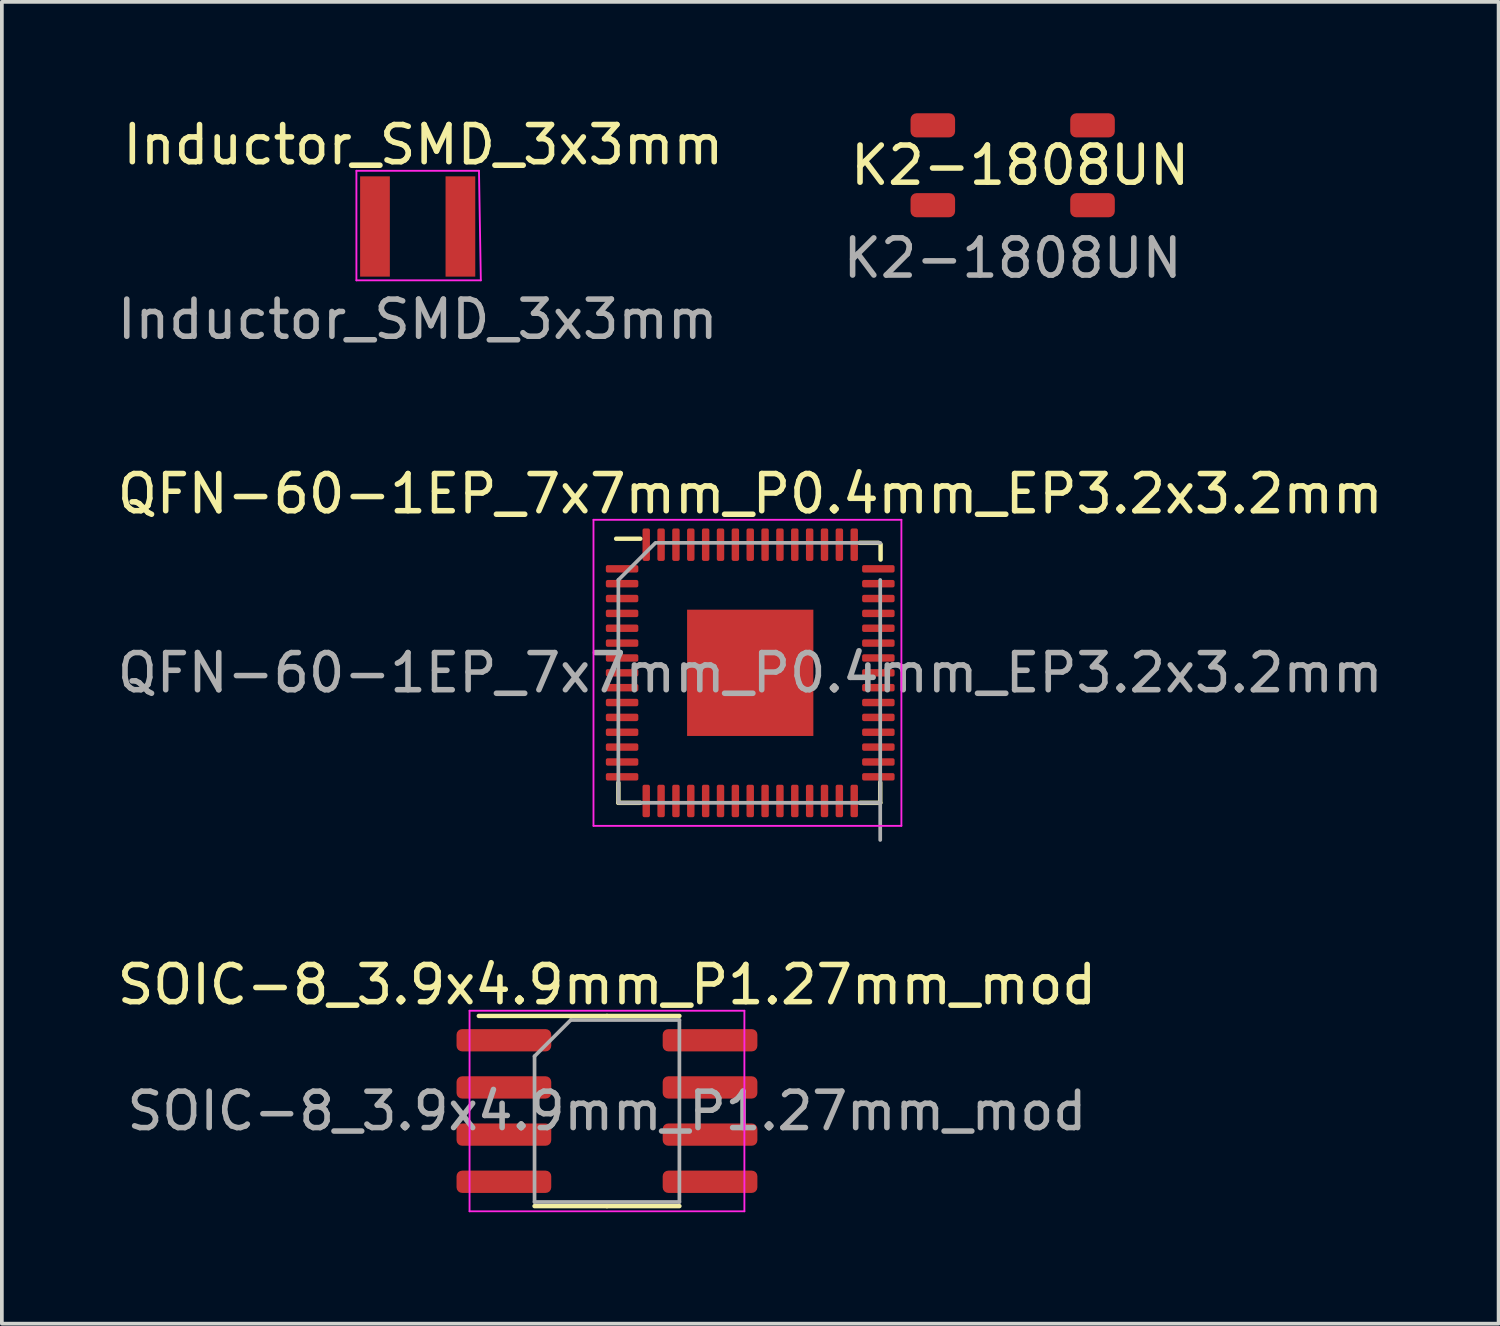
<source format=kicad_pcb>
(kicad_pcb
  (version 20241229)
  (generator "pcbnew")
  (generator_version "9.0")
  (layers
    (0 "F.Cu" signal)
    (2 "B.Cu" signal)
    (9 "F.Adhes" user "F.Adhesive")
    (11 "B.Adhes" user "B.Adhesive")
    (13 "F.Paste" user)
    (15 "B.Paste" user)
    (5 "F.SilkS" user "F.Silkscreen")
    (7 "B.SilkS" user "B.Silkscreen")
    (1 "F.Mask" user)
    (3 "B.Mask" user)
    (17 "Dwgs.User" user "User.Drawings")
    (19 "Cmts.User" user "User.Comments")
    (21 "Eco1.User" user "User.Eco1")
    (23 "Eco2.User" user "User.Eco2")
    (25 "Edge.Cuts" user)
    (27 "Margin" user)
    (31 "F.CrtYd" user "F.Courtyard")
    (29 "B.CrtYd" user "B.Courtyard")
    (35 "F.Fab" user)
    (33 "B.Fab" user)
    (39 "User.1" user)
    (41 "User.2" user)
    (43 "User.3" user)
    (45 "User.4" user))
  (footprint "K2-1808UN"
    (layer "F.Cu")
    (at 24.215 1.4)
    (property "Reference" "K2-1808UN" (at 0.2 0 0) (unlocked yes) (layer "F.SilkS") (effects (font (size 1 1) (thickness 0.15))))
    (attr smd)
    (fp_text user "${REFERENCE}" (at 0 2.5 0) (unlocked yes) (layer "F.Fab") (effects (font (size 1 1) (thickness 0.15))))
    (pad "1" smd roundrect (at -2.15 -1.075) (size 1.2 0.65) (layers "F.Cu" "F.Mask" "F.Paste") (roundrect_rratio 0.25))
    (pad "1" smd roundrect (at 2.15 -1.075) (size 1.2 0.65) (layers "F.Cu" "F.Mask" "F.Paste") (roundrect_rratio 0.25))
    (pad "2" smd roundrect (at -2.15 1.075) (size 1.2 0.65) (layers "F.Cu" "F.Mask" "F.Paste") (roundrect_rratio 0.25))
    (pad "2" smd roundrect (at 2.15 1.075) (size 1.2 0.65) (layers "F.Cu" "F.Mask" "F.Paste") (roundrect_rratio 0.25)))
  (footprint "SOIC-8_3.9x4.9mm_P1.27mm_mod"
    (layer "F.Cu")
    (at 13.292 26.863)
    (property "Reference" "SOIC-8_3.9x4.9mm_P1.27mm_mod" (at 0 -3.4 0) (layer "F.SilkS") (effects (font (size 1 1) (thickness 0.15))))
    (attr smd)
    (fp_line (start 0 -2.56) (end -3.45 -2.56) (stroke (width 0.12) (type solid)) (layer "F.SilkS"))
    (fp_line (start 0 -2.56) (end 1.95 -2.56) (stroke (width 0.12) (type solid)) (layer "F.SilkS"))
    (fp_line (start 0 2.56) (end -1.95 2.56) (stroke (width 0.12) (type solid)) (layer "F.SilkS"))
    (fp_line (start 0 2.56) (end 1.95 2.56) (stroke (width 0.12) (type solid)) (layer "F.SilkS"))
    (fp_line (start -3.7 -2.7) (end -3.7 2.7) (stroke (width 0.05) (type solid)) (layer "F.CrtYd"))
    (fp_line (start -3.7 2.7) (end 3.7 2.7) (stroke (width 0.05) (type solid)) (layer "F.CrtYd"))
    (fp_line (start 3.7 -2.7) (end -3.7 -2.7) (stroke (width 0.05) (type solid)) (layer "F.CrtYd"))
    (fp_line (start 3.7 2.7) (end 3.7 -2.7) (stroke (width 0.05) (type solid)) (layer "F.CrtYd"))
    (fp_line (start -1.95 -1.475) (end -0.975 -2.45) (stroke (width 0.1) (type solid)) (layer "F.Fab"))
    (fp_line (start -1.95 2.45) (end -1.95 -1.475) (stroke (width 0.1) (type solid)) (layer "F.Fab"))
    (fp_line (start -0.975 -2.45) (end 1.95 -2.45) (stroke (width 0.1) (type solid)) (layer "F.Fab"))
    (fp_line (start 1.95 -2.45) (end 1.95 2.45) (stroke (width 0.1) (type solid)) (layer "F.Fab"))
    (fp_line (start 1.95 2.45) (end -1.95 2.45) (stroke (width 0.1) (type solid)) (layer "F.Fab"))
    (fp_text user "${REFERENCE}" (at 0 0 0) (layer "F.Fab") (effects (font (size 0.98 0.98) (thickness 0.15))))
    (pad "1" smd roundrect (at -2.775 -1.905) (size 2.55 0.6) (layers "F.Cu" "F.Mask" "F.Paste") (roundrect_rratio 0.25))
    (pad "2" smd roundrect (at -2.775 -0.635) (size 2.55 0.6) (layers "F.Cu" "F.Mask" "F.Paste") (roundrect_rratio 0.25))
    (pad "3" smd roundrect (at -2.775 0.635) (size 2.55 0.6) (layers "F.Cu" "F.Mask" "F.Paste") (roundrect_rratio 0.25))
    (pad "4" smd roundrect (at -2.775 1.905) (size 2.55 0.6) (layers "F.Cu" "F.Mask" "F.Paste") (roundrect_rratio 0.25))
    (pad "5" smd roundrect (at 2.775 1.905) (size 2.55 0.6) (layers "F.Cu" "F.Mask" "F.Paste") (roundrect_rratio 0.25))
    (pad "6" smd roundrect (at 2.775 0.635) (size 2.55 0.6) (layers "F.Cu" "F.Mask" "F.Paste") (roundrect_rratio 0.25))
    (pad "7" smd roundrect (at 2.775 -0.635) (size 2.55 0.6) (layers "F.Cu" "F.Mask" "F.Paste") (roundrect_rratio 0.25))
    (pad "8" smd roundrect (at 2.775 -1.905) (size 2.55 0.6) (layers "F.Cu" "F.Mask" "F.Paste") (roundrect_rratio 0.25)))
  (footprint "QFN-60-1EP_7x7mm_P0.4mm_EP3.2x3.2mm"
    (layer "F.Cu")
    (at 17.149 15.065)
    (property "Reference" "QFN-60-1EP_7x7mm_P0.4mm_EP3.2x3.2mm" (at 0 -4.82 0) (layer "F.SilkS") (effects (font (size 1 1) (thickness 0.15))))
    (attr smd)
    (fp_line (start -3.55 3.5) (end -3.55 2.96) (stroke (width 0.12) (type solid)) (layer "F.SilkS"))
    (fp_line (start -2.96 -3.61) (end -3.61 -3.61) (stroke (width 0.12) (type solid)) (layer "F.SilkS"))
    (fp_line (start -2.96 3.5) (end -3.55 3.5) (stroke (width 0.12) (type solid)) (layer "F.SilkS"))
    (fp_line (start 2.945 -3.5) (end 3.455 -3.5) (stroke (width 0.12) (type solid)) (layer "F.SilkS"))
    (fp_line (start 2.96 3.5) (end 3.5 3.5) (stroke (width 0.12) (type solid)) (layer "F.SilkS"))
    (fp_line (start 3.5 3.5) (end 3.5 2.95) (stroke (width 0.12) (type solid)) (layer "F.SilkS"))
    (fp_line (start 3.51 -3.46) (end 3.51 -3.05) (stroke (width 0.12) (type solid)) (layer "F.SilkS"))
    (fp_line (start -4.22 -4.12) (end -4.22 4.12) (stroke (width 0.05) (type solid)) (layer "F.CrtYd"))
    (fp_line (start -4.22 4.12) (end 4.07 4.12) (stroke (width 0.05) (type solid)) (layer "F.CrtYd"))
    (fp_line (start 4.07 -4.12) (end -4.22 -4.12) (stroke (width 0.05) (type solid)) (layer "F.CrtYd"))
    (fp_line (start 4.07 4.12) (end 4.07 -4.12) (stroke (width 0.05) (type solid)) (layer "F.CrtYd"))
    (fp_line (start -3.55 -2.5) (end -2.55 -3.5) (stroke (width 0.1) (type solid)) (layer "F.Fab"))
    (fp_line (start -3.55 3.5) (end -3.55 -2.5) (stroke (width 0.1) (type solid)) (layer "F.Fab"))
    (fp_line (start -2.5 -3.5) (end 3.5 -3.5) (stroke (width 0.1) (type solid)) (layer "F.Fab"))
    (fp_line (start 3.5 -2.5) (end 3.5 4.5) (stroke (width 0.1) (type solid)) (layer "F.Fab"))
    (fp_line (start 3.5 3.5) (end -3.5 3.5) (stroke (width 0.1) (type solid)) (layer "F.Fab"))
    (fp_text user "${REFERENCE}" (at 0 0 0) (layer "F.Fab") (effects (font (size 1 1) (thickness 0.15))))
    (pad "" smd roundrect (at -0.8 -0.8) (size 1.29 1.29) (layers "F.Paste") (roundrect_rratio 0.194))
    (pad "" smd roundrect (at -0.8 0.8) (size 1.29 1.29) (layers "F.Paste") (roundrect_rratio 0.194))
    (pad "" smd roundrect (at 0.8 -0.8) (size 1.29 1.29) (layers "F.Paste") (roundrect_rratio 0.194))
    (pad "" smd roundrect (at 0.8 0.8) (size 1.29 1.29) (layers "F.Paste") (roundrect_rratio 0.194))
    (pad "1" smd roundrect (at -3.45 -2.8) (size 0.875 0.2) (layers "F.Cu" "F.Mask" "F.Paste") (roundrect_rratio 0.25))
    (pad "2" smd roundrect (at -3.45 -2.4) (size 0.875 0.2) (layers "F.Cu" "F.Mask" "F.Paste") (roundrect_rratio 0.25))
    (pad "3" smd roundrect (at -3.45 -2) (size 0.875 0.2) (layers "F.Cu" "F.Mask" "F.Paste") (roundrect_rratio 0.25))
    (pad "4" smd roundrect (at -3.45 -1.6) (size 0.875 0.2) (layers "F.Cu" "F.Mask" "F.Paste") (roundrect_rratio 0.25))
    (pad "5" smd roundrect (at -3.45 -1.2) (size 0.875 0.2) (layers "F.Cu" "F.Mask" "F.Paste") (roundrect_rratio 0.25))
    (pad "6" smd roundrect (at -3.45 -0.8) (size 0.875 0.2) (layers "F.Cu" "F.Mask" "F.Paste") (roundrect_rratio 0.25))
    (pad "7" smd roundrect (at -3.45 -0.4) (size 0.875 0.2) (layers "F.Cu" "F.Mask" "F.Paste") (roundrect_rratio 0.25))
    (pad "8" smd roundrect (at -3.45 0) (size 0.875 0.2) (layers "F.Cu" "F.Mask" "F.Paste") (roundrect_rratio 0.25))
    (pad "9" smd roundrect (at -3.45 0.4) (size 0.875 0.2) (layers "F.Cu" "F.Mask" "F.Paste") (roundrect_rratio 0.25))
    (pad "10" smd roundrect (at -3.45 0.8) (size 0.875 0.2) (layers "F.Cu" "F.Mask" "F.Paste") (roundrect_rratio 0.25))
    (pad "11" smd roundrect (at -3.45 1.2) (size 0.875 0.2) (layers "F.Cu" "F.Mask" "F.Paste") (roundrect_rratio 0.25))
    (pad "12" smd roundrect (at -3.45 1.6) (size 0.875 0.2) (layers "F.Cu" "F.Mask" "F.Paste") (roundrect_rratio 0.25))
    (pad "13" smd roundrect (at -3.45 2) (size 0.875 0.2) (layers "F.Cu" "F.Mask" "F.Paste") (roundrect_rratio 0.25))
    (pad "14" smd roundrect (at -3.45 2.4) (size 0.875 0.2) (layers "F.Cu" "F.Mask" "F.Paste") (roundrect_rratio 0.25))
    (pad "15" smd roundrect (at -3.45 2.8) (size 0.875 0.2) (layers "F.Cu" "F.Mask" "F.Paste") (roundrect_rratio 0.25))
    (pad "16" smd roundrect (at -2.8 3.45) (size 0.2 0.875) (layers "F.Cu" "F.Mask" "F.Paste") (roundrect_rratio 0.25))
    (pad "17" smd roundrect (at -2.4 3.45) (size 0.2 0.875) (layers "F.Cu" "F.Mask" "F.Paste") (roundrect_rratio 0.25))
    (pad "18" smd roundrect (at -2 3.45) (size 0.2 0.875) (layers "F.Cu" "F.Mask" "F.Paste") (roundrect_rratio 0.25))
    (pad "19" smd roundrect (at -1.6 3.45) (size 0.2 0.875) (layers "F.Cu" "F.Mask" "F.Paste") (roundrect_rratio 0.25))
    (pad "20" smd roundrect (at -1.2 3.45) (size 0.2 0.875) (layers "F.Cu" "F.Mask" "F.Paste") (roundrect_rratio 0.25))
    (pad "21" smd roundrect (at -0.8 3.45) (size 0.2 0.875) (layers "F.Cu" "F.Mask" "F.Paste") (roundrect_rratio 0.25))
    (pad "22" smd roundrect (at -0.4 3.45) (size 0.2 0.875) (layers "F.Cu" "F.Mask" "F.Paste") (roundrect_rratio 0.25))
    (pad "23" smd roundrect (at 0 3.45) (size 0.2 0.875) (layers "F.Cu" "F.Mask" "F.Paste") (roundrect_rratio 0.25))
    (pad "24" smd roundrect (at 0.4 3.45) (size 0.2 0.875) (layers "F.Cu" "F.Mask" "F.Paste") (roundrect_rratio 0.25))
    (pad "25" smd roundrect (at 0.8 3.45) (size 0.2 0.875) (layers "F.Cu" "F.Mask" "F.Paste") (roundrect_rratio 0.25))
    (pad "26" smd roundrect (at 1.2 3.45) (size 0.2 0.875) (layers "F.Cu" "F.Mask" "F.Paste") (roundrect_rratio 0.25))
    (pad "27" smd roundrect (at 1.6 3.45) (size 0.2 0.875) (layers "F.Cu" "F.Mask" "F.Paste") (roundrect_rratio 0.25))
    (pad "28" smd roundrect (at 2 3.45) (size 0.2 0.875) (layers "F.Cu" "F.Mask" "F.Paste") (roundrect_rratio 0.25))
    (pad "29" smd roundrect (at 2.4 3.45) (size 0.2 0.875) (layers "F.Cu" "F.Mask" "F.Paste") (roundrect_rratio 0.25))
    (pad "30" smd roundrect (at 2.8 3.45) (size 0.2 0.875) (layers "F.Cu" "F.Mask" "F.Paste") (roundrect_rratio 0.25))
    (pad "31" smd roundrect (at 3.45 2.8) (size 0.875 0.2) (layers "F.Cu" "F.Mask" "F.Paste") (roundrect_rratio 0.25))
    (pad "32" smd roundrect (at 3.45 2.4) (size 0.875 0.2) (layers "F.Cu" "F.Mask" "F.Paste") (roundrect_rratio 0.25))
    (pad "33" smd roundrect (at 3.45 2) (size 0.875 0.2) (layers "F.Cu" "F.Mask" "F.Paste") (roundrect_rratio 0.25))
    (pad "34" smd roundrect (at 3.45 1.6) (size 0.875 0.2) (layers "F.Cu" "F.Mask" "F.Paste") (roundrect_rratio 0.25))
    (pad "35" smd roundrect (at 3.45 1.2) (size 0.875 0.2) (layers "F.Cu" "F.Mask" "F.Paste") (roundrect_rratio 0.25))
    (pad "36" smd roundrect (at 3.45 0.8) (size 0.875 0.2) (layers "F.Cu" "F.Mask" "F.Paste") (roundrect_rratio 0.25))
    (pad "37" smd roundrect (at 3.45 0.4) (size 0.875 0.2) (layers "F.Cu" "F.Mask" "F.Paste") (roundrect_rratio 0.25))
    (pad "38" smd roundrect (at 3.45 0) (size 0.875 0.2) (layers "F.Cu" "F.Mask" "F.Paste") (roundrect_rratio 0.25))
    (pad "39" smd roundrect (at 3.45 -0.4) (size 0.875 0.2) (layers "F.Cu" "F.Mask" "F.Paste") (roundrect_rratio 0.25))
    (pad "40" smd roundrect (at 3.45 -0.8) (size 0.875 0.2) (layers "F.Cu" "F.Mask" "F.Paste") (roundrect_rratio 0.25))
    (pad "41" smd roundrect (at 3.45 -1.2) (size 0.875 0.2) (layers "F.Cu" "F.Mask" "F.Paste") (roundrect_rratio 0.25))
    (pad "42" smd roundrect (at 3.45 -1.6) (size 0.875 0.2) (layers "F.Cu" "F.Mask" "F.Paste") (roundrect_rratio 0.25))
    (pad "43" smd roundrect (at 3.45 -2) (size 0.875 0.2) (layers "F.Cu" "F.Mask" "F.Paste") (roundrect_rratio 0.25))
    (pad "44" smd roundrect (at 3.45 -2.4) (size 0.875 0.2) (layers "F.Cu" "F.Mask" "F.Paste") (roundrect_rratio 0.25))
    (pad "45" smd roundrect (at 3.45 -2.8) (size 0.875 0.2) (layers "F.Cu" "F.Mask" "F.Paste") (roundrect_rratio 0.25))
    (pad "46" smd roundrect (at 2.8 -3.45) (size 0.2 0.875) (layers "F.Cu" "F.Mask" "F.Paste") (roundrect_rratio 0.25))
    (pad "47" smd roundrect (at 2.4 -3.45) (size 0.2 0.875) (layers "F.Cu" "F.Mask" "F.Paste") (roundrect_rratio 0.25))
    (pad "48" smd roundrect (at 2 -3.45) (size 0.2 0.875) (layers "F.Cu" "F.Mask" "F.Paste") (roundrect_rratio 0.25))
    (pad "49" smd roundrect (at 1.6 -3.45) (size 0.2 0.875) (layers "F.Cu" "F.Mask" "F.Paste") (roundrect_rratio 0.25))
    (pad "50" smd roundrect (at 1.2 -3.45) (size 0.2 0.875) (layers "F.Cu" "F.Mask" "F.Paste") (roundrect_rratio 0.25))
    (pad "51" smd roundrect (at 0.8 -3.45) (size 0.2 0.875) (layers "F.Cu" "F.Mask" "F.Paste") (roundrect_rratio 0.25))
    (pad "52" smd roundrect (at 0.4 -3.45) (size 0.2 0.875) (layers "F.Cu" "F.Mask" "F.Paste") (roundrect_rratio 0.25))
    (pad "53" smd roundrect (at 0 -3.45) (size 0.2 0.875) (layers "F.Cu" "F.Mask" "F.Paste") (roundrect_rratio 0.25))
    (pad "54" smd roundrect (at -0.4 -3.45) (size 0.2 0.875) (layers "F.Cu" "F.Mask" "F.Paste") (roundrect_rratio 0.25))
    (pad "55" smd roundrect (at -0.8 -3.45) (size 0.2 0.875) (layers "F.Cu" "F.Mask" "F.Paste") (roundrect_rratio 0.25))
    (pad "56" smd roundrect (at -1.2 -3.45) (size 0.2 0.875) (layers "F.Cu" "F.Mask" "F.Paste") (roundrect_rratio 0.25))
    (pad "57" smd roundrect (at -1.6 -3.45) (size 0.2 0.875) (layers "F.Cu" "F.Mask" "F.Paste") (roundrect_rratio 0.25))
    (pad "58" smd roundrect (at -2 -3.45) (size 0.2 0.875) (layers "F.Cu" "F.Mask" "F.Paste") (roundrect_rratio 0.25))
    (pad "59" smd roundrect (at -2.4 -3.45) (size 0.2 0.875) (layers "F.Cu" "F.Mask" "F.Paste") (roundrect_rratio 0.25))
    (pad "60" smd roundrect (at -2.8 -3.45) (size 0.2 0.875) (layers "F.Cu" "F.Mask" "F.Paste") (roundrect_rratio 0.25))
    (pad "61" smd rect (at 0 0) (size 3.4 3.4) (layers "F.Cu" "F.Mask")))
  (footprint "Inductor_SMD_3x3mm"
    (layer "F.Cu")
    (at 8.196 3.048)
    (property "Reference" "Inductor_SMD_3x3mm" (at 0.15 -2.2 0) (unlocked yes) (layer "F.SilkS") (effects (font (size 1 1) (thickness 0.15))))
    (attr smd)
    (fp_line (start -1.65 -1.5) (end 1.65 -1.5) (stroke (width 0.05) (type solid)) (layer "F.CrtYd"))
    (fp_line (start -1.65 1.45) (end -1.65 -1.5) (stroke (width 0.05) (type solid)) (layer "F.CrtYd"))
    (fp_line (start 1.65 -1.5) (end 1.7 1.45) (stroke (width 0.05) (type solid)) (layer "F.CrtYd"))
    (fp_line (start 1.7 1.45) (end -1.65 1.45) (stroke (width 0.05) (type solid)) (layer "F.CrtYd"))
    (fp_text user "${REFERENCE}" (at 0 2.5 0) (unlocked yes) (layer "F.Fab") (effects (font (size 1 1) (thickness 0.15))))
    (pad "1" smd rect (at 1.15 0) (size 0.8 2.7) (layers "F.Cu" "F.Mask" "F.Paste"))
    (pad "2" smd rect (at -1.15 0) (size 0.8 2.7) (layers "F.Cu" "F.Mask" "F.Paste")))
  (gr_rect
    (start -3 -3)
    (end 37.298 32.588)
    (stroke (width 0.1) (type default))
    (fill no)
    (layer "Edge.Cuts")))
</source>
